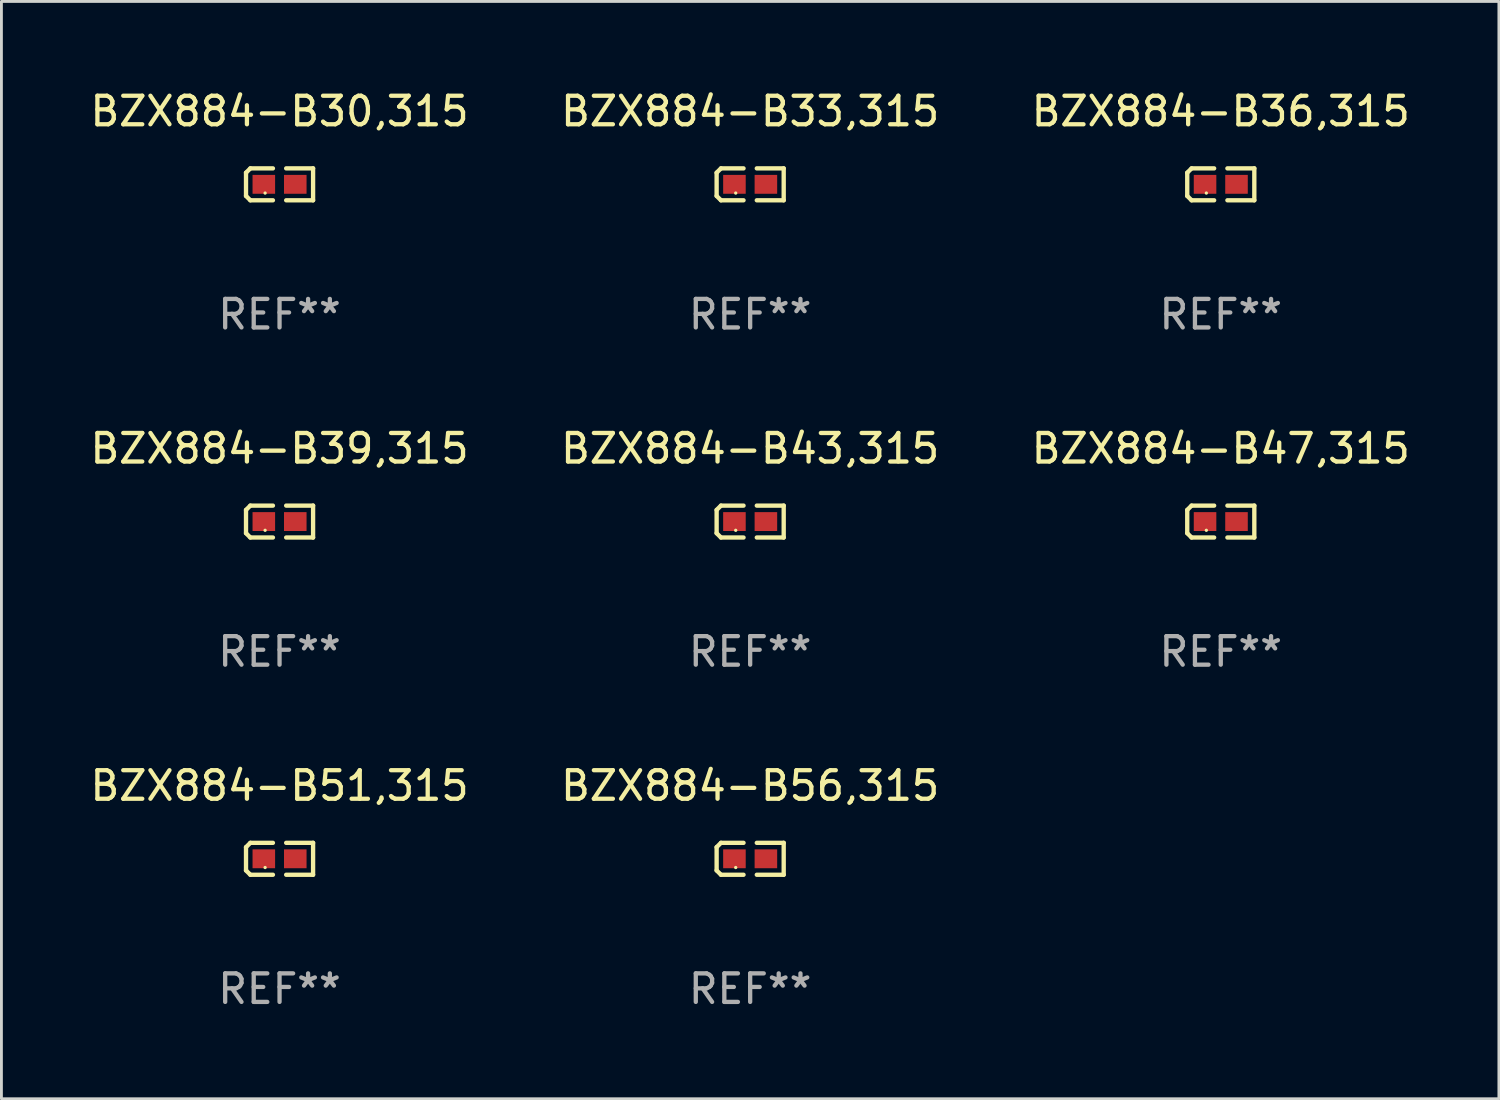
<source format=kicad_pcb>
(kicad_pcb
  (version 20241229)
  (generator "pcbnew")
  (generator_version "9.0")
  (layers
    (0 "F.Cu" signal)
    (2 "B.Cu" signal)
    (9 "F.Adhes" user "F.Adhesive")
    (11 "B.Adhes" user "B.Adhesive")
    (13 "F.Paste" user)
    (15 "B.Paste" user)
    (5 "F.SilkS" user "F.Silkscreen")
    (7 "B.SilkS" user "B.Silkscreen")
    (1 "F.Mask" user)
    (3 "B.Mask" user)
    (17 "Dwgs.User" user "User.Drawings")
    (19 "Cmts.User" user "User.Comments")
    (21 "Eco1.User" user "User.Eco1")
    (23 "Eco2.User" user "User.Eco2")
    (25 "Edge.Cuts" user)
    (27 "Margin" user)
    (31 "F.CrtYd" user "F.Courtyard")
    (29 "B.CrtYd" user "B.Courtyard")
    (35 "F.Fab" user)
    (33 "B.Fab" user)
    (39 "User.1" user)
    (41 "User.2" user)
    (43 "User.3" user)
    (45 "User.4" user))
  (footprint "BZX884-B36,315"
    (layer "F.Cu")
    (at 39.72 3.408)
    (property "Reference" "BZX884-B36,315" (at 0 -2.559 0) (layer "F.SilkS") (effects (font (size 1 1) (thickness 0.15))))
    (attr through_hole)
    (fp_line (start -1.175 -0.407) (end -1.023 -0.559) (stroke (width 0.152) (type solid)) (layer "F.SilkS"))
    (fp_line (start -1.175 0.407) (end -1.175 -0.407) (stroke (width 0.152) (type solid)) (layer "F.SilkS"))
    (fp_line (start -1.023 -0.559) (end -0.232 -0.559) (stroke (width 0.152) (type solid)) (layer "F.SilkS"))
    (fp_line (start -1.023 0.559) (end -1.175 0.407) (stroke (width 0.152) (type solid)) (layer "F.SilkS"))
    (fp_line (start -0.232 0.559) (end -1.023 0.559) (stroke (width 0.152) (type solid)) (layer "F.SilkS"))
    (fp_line (start 0.232 0.559) (end 1.175 0.559) (stroke (width 0.152) (type solid)) (layer "F.SilkS"))
    (fp_line (start 1.175 -0.559) (end 0.232 -0.559) (stroke (width 0.152) (type solid)) (layer "F.SilkS"))
    (fp_line (start 1.175 0.559) (end 1.175 -0.559) (stroke (width 0.152) (type solid)) (layer "F.SilkS"))
    (fp_circle (center -0.506 0.306) (end -0.476 0.306) (stroke (width 0.06) (type solid)) (fill no) (layer "F.SilkS"))
    (fp_text user "REF**" (at 0 4.559 0) (layer "F.Fab") (effects (font (size 1 1) (thickness 0.15))))
    (pad "1" smd rect (at -0.551 0) (size 0.79 0.661) (layers "F.Cu" "F.Mask" "F.Paste"))
    (pad "2" smd rect (at 0.551 0) (size 0.79 0.661) (layers "F.Cu" "F.Mask" "F.Paste")))
  (footprint "BZX884-B56,315"
    (layer "F.Cu")
    (at 23.232 27.038)
    (property "Reference" "BZX884-B56,315" (at 0 -2.559 0) (layer "F.SilkS") (effects (font (size 1 1) (thickness 0.15))))
    (attr through_hole)
    (fp_line (start -1.175 -0.407) (end -1.023 -0.559) (stroke (width 0.152) (type solid)) (layer "F.SilkS"))
    (fp_line (start -1.175 0.407) (end -1.175 -0.407) (stroke (width 0.152) (type solid)) (layer "F.SilkS"))
    (fp_line (start -1.023 -0.559) (end -0.232 -0.559) (stroke (width 0.152) (type solid)) (layer "F.SilkS"))
    (fp_line (start -1.023 0.559) (end -1.175 0.407) (stroke (width 0.152) (type solid)) (layer "F.SilkS"))
    (fp_line (start -0.232 0.559) (end -1.023 0.559) (stroke (width 0.152) (type solid)) (layer "F.SilkS"))
    (fp_line (start 0.232 0.559) (end 1.175 0.559) (stroke (width 0.152) (type solid)) (layer "F.SilkS"))
    (fp_line (start 1.175 -0.559) (end 0.232 -0.559) (stroke (width 0.152) (type solid)) (layer "F.SilkS"))
    (fp_line (start 1.175 0.559) (end 1.175 -0.559) (stroke (width 0.152) (type solid)) (layer "F.SilkS"))
    (fp_circle (center -0.506 0.306) (end -0.476 0.306) (stroke (width 0.06) (type solid)) (fill no) (layer "F.SilkS"))
    (fp_text user "REF**" (at 0 4.559 0) (layer "F.Fab") (effects (font (size 1 1) (thickness 0.15))))
    (pad "1" smd rect (at -0.551 0) (size 0.79 0.661) (layers "F.Cu" "F.Mask" "F.Paste"))
    (pad "2" smd rect (at 0.551 0) (size 0.79 0.661) (layers "F.Cu" "F.Mask" "F.Paste")))
  (footprint "BZX884-B33,315"
    (layer "F.Cu")
    (at 23.232 3.408)
    (property "Reference" "BZX884-B33,315" (at 0 -2.559 0) (layer "F.SilkS") (effects (font (size 1 1) (thickness 0.15))))
    (attr through_hole)
    (fp_line (start -1.175 -0.407) (end -1.023 -0.559) (stroke (width 0.152) (type solid)) (layer "F.SilkS"))
    (fp_line (start -1.175 0.407) (end -1.175 -0.407) (stroke (width 0.152) (type solid)) (layer "F.SilkS"))
    (fp_line (start -1.023 -0.559) (end -0.232 -0.559) (stroke (width 0.152) (type solid)) (layer "F.SilkS"))
    (fp_line (start -1.023 0.559) (end -1.175 0.407) (stroke (width 0.152) (type solid)) (layer "F.SilkS"))
    (fp_line (start -0.232 0.559) (end -1.023 0.559) (stroke (width 0.152) (type solid)) (layer "F.SilkS"))
    (fp_line (start 0.232 0.559) (end 1.175 0.559) (stroke (width 0.152) (type solid)) (layer "F.SilkS"))
    (fp_line (start 1.175 -0.559) (end 0.232 -0.559) (stroke (width 0.152) (type solid)) (layer "F.SilkS"))
    (fp_line (start 1.175 0.559) (end 1.175 -0.559) (stroke (width 0.152) (type solid)) (layer "F.SilkS"))
    (fp_circle (center -0.506 0.306) (end -0.476 0.306) (stroke (width 0.06) (type solid)) (fill no) (layer "F.SilkS"))
    (fp_text user "REF**" (at 0 4.559 0) (layer "F.Fab") (effects (font (size 1 1) (thickness 0.15))))
    (pad "1" smd rect (at -0.551 0) (size 0.79 0.661) (layers "F.Cu" "F.Mask" "F.Paste"))
    (pad "2" smd rect (at 0.551 0) (size 0.79 0.661) (layers "F.Cu" "F.Mask" "F.Paste")))
  (footprint "BZX884-B43,315"
    (layer "F.Cu")
    (at 23.232 15.223)
    (property "Reference" "BZX884-B43,315" (at 0 -2.559 0) (layer "F.SilkS") (effects (font (size 1 1) (thickness 0.15))))
    (attr through_hole)
    (fp_line (start -1.175 -0.407) (end -1.023 -0.559) (stroke (width 0.152) (type solid)) (layer "F.SilkS"))
    (fp_line (start -1.175 0.407) (end -1.175 -0.407) (stroke (width 0.152) (type solid)) (layer "F.SilkS"))
    (fp_line (start -1.023 -0.559) (end -0.232 -0.559) (stroke (width 0.152) (type solid)) (layer "F.SilkS"))
    (fp_line (start -1.023 0.559) (end -1.175 0.407) (stroke (width 0.152) (type solid)) (layer "F.SilkS"))
    (fp_line (start -0.232 0.559) (end -1.023 0.559) (stroke (width 0.152) (type solid)) (layer "F.SilkS"))
    (fp_line (start 0.232 0.559) (end 1.175 0.559) (stroke (width 0.152) (type solid)) (layer "F.SilkS"))
    (fp_line (start 1.175 -0.559) (end 0.232 -0.559) (stroke (width 0.152) (type solid)) (layer "F.SilkS"))
    (fp_line (start 1.175 0.559) (end 1.175 -0.559) (stroke (width 0.152) (type solid)) (layer "F.SilkS"))
    (fp_circle (center -0.506 0.306) (end -0.476 0.306) (stroke (width 0.06) (type solid)) (fill no) (layer "F.SilkS"))
    (fp_text user "REF**" (at 0 4.559 0) (layer "F.Fab") (effects (font (size 1 1) (thickness 0.15))))
    (pad "1" smd rect (at -0.551 0) (size 0.79 0.661) (layers "F.Cu" "F.Mask" "F.Paste"))
    (pad "2" smd rect (at 0.551 0) (size 0.79 0.661) (layers "F.Cu" "F.Mask" "F.Paste")))
  (footprint "BZX884-B51,315"
    (layer "F.Cu")
    (at 6.744 27.038)
    (property "Reference" "BZX884-B51,315" (at 0 -2.559 0) (layer "F.SilkS") (effects (font (size 1 1) (thickness 0.15))))
    (attr through_hole)
    (fp_line (start -1.175 -0.407) (end -1.023 -0.559) (stroke (width 0.152) (type solid)) (layer "F.SilkS"))
    (fp_line (start -1.175 0.407) (end -1.175 -0.407) (stroke (width 0.152) (type solid)) (layer "F.SilkS"))
    (fp_line (start -1.023 -0.559) (end -0.232 -0.559) (stroke (width 0.152) (type solid)) (layer "F.SilkS"))
    (fp_line (start -1.023 0.559) (end -1.175 0.407) (stroke (width 0.152) (type solid)) (layer "F.SilkS"))
    (fp_line (start -0.232 0.559) (end -1.023 0.559) (stroke (width 0.152) (type solid)) (layer "F.SilkS"))
    (fp_line (start 0.232 0.559) (end 1.175 0.559) (stroke (width 0.152) (type solid)) (layer "F.SilkS"))
    (fp_line (start 1.175 -0.559) (end 0.232 -0.559) (stroke (width 0.152) (type solid)) (layer "F.SilkS"))
    (fp_line (start 1.175 0.559) (end 1.175 -0.559) (stroke (width 0.152) (type solid)) (layer "F.SilkS"))
    (fp_circle (center -0.506 0.306) (end -0.476 0.306) (stroke (width 0.06) (type solid)) (fill no) (layer "F.SilkS"))
    (fp_text user "REF**" (at 0 4.559 0) (layer "F.Fab") (effects (font (size 1 1) (thickness 0.15))))
    (pad "1" smd rect (at -0.551 0) (size 0.79 0.661) (layers "F.Cu" "F.Mask" "F.Paste"))
    (pad "2" smd rect (at 0.551 0) (size 0.79 0.661) (layers "F.Cu" "F.Mask" "F.Paste")))
  (footprint "BZX884-B30,315"
    (layer "F.Cu")
    (at 6.744 3.408)
    (property "Reference" "BZX884-B30,315" (at 0 -2.559 0) (layer "F.SilkS") (effects (font (size 1 1) (thickness 0.15))))
    (attr through_hole)
    (fp_line (start -1.175 -0.407) (end -1.023 -0.559) (stroke (width 0.152) (type solid)) (layer "F.SilkS"))
    (fp_line (start -1.175 0.407) (end -1.175 -0.407) (stroke (width 0.152) (type solid)) (layer "F.SilkS"))
    (fp_line (start -1.023 -0.559) (end -0.232 -0.559) (stroke (width 0.152) (type solid)) (layer "F.SilkS"))
    (fp_line (start -1.023 0.559) (end -1.175 0.407) (stroke (width 0.152) (type solid)) (layer "F.SilkS"))
    (fp_line (start -0.232 0.559) (end -1.023 0.559) (stroke (width 0.152) (type solid)) (layer "F.SilkS"))
    (fp_line (start 0.232 0.559) (end 1.175 0.559) (stroke (width 0.152) (type solid)) (layer "F.SilkS"))
    (fp_line (start 1.175 -0.559) (end 0.232 -0.559) (stroke (width 0.152) (type solid)) (layer "F.SilkS"))
    (fp_line (start 1.175 0.559) (end 1.175 -0.559) (stroke (width 0.152) (type solid)) (layer "F.SilkS"))
    (fp_circle (center -0.506 0.306) (end -0.476 0.306) (stroke (width 0.06) (type solid)) (fill no) (layer "F.SilkS"))
    (fp_text user "REF**" (at 0 4.559 0) (layer "F.Fab") (effects (font (size 1 1) (thickness 0.15))))
    (pad "1" smd rect (at -0.551 0) (size 0.79 0.661) (layers "F.Cu" "F.Mask" "F.Paste"))
    (pad "2" smd rect (at 0.551 0) (size 0.79 0.661) (layers "F.Cu" "F.Mask" "F.Paste")))
  (footprint "BZX884-B47,315"
    (layer "F.Cu")
    (at 39.72 15.223)
    (property "Reference" "BZX884-B47,315" (at 0 -2.559 0) (layer "F.SilkS") (effects (font (size 1 1) (thickness 0.15))))
    (attr through_hole)
    (fp_line (start -1.175 -0.407) (end -1.023 -0.559) (stroke (width 0.152) (type solid)) (layer "F.SilkS"))
    (fp_line (start -1.175 0.407) (end -1.175 -0.407) (stroke (width 0.152) (type solid)) (layer "F.SilkS"))
    (fp_line (start -1.023 -0.559) (end -0.232 -0.559) (stroke (width 0.152) (type solid)) (layer "F.SilkS"))
    (fp_line (start -1.023 0.559) (end -1.175 0.407) (stroke (width 0.152) (type solid)) (layer "F.SilkS"))
    (fp_line (start -0.232 0.559) (end -1.023 0.559) (stroke (width 0.152) (type solid)) (layer "F.SilkS"))
    (fp_line (start 0.232 0.559) (end 1.175 0.559) (stroke (width 0.152) (type solid)) (layer "F.SilkS"))
    (fp_line (start 1.175 -0.559) (end 0.232 -0.559) (stroke (width 0.152) (type solid)) (layer "F.SilkS"))
    (fp_line (start 1.175 0.559) (end 1.175 -0.559) (stroke (width 0.152) (type solid)) (layer "F.SilkS"))
    (fp_circle (center -0.506 0.306) (end -0.476 0.306) (stroke (width 0.06) (type solid)) (fill no) (layer "F.SilkS"))
    (fp_text user "REF**" (at 0 4.559 0) (layer "F.Fab") (effects (font (size 1 1) (thickness 0.15))))
    (pad "1" smd rect (at -0.551 0) (size 0.79 0.661) (layers "F.Cu" "F.Mask" "F.Paste"))
    (pad "2" smd rect (at 0.551 0) (size 0.79 0.661) (layers "F.Cu" "F.Mask" "F.Paste")))
  (footprint "BZX884-B39,315"
    (layer "F.Cu")
    (at 6.744 15.223)
    (property "Reference" "BZX884-B39,315" (at 0 -2.559 0) (layer "F.SilkS") (effects (font (size 1 1) (thickness 0.15))))
    (attr through_hole)
    (fp_line (start -1.175 -0.407) (end -1.023 -0.559) (stroke (width 0.152) (type solid)) (layer "F.SilkS"))
    (fp_line (start -1.175 0.407) (end -1.175 -0.407) (stroke (width 0.152) (type solid)) (layer "F.SilkS"))
    (fp_line (start -1.023 -0.559) (end -0.232 -0.559) (stroke (width 0.152) (type solid)) (layer "F.SilkS"))
    (fp_line (start -1.023 0.559) (end -1.175 0.407) (stroke (width 0.152) (type solid)) (layer "F.SilkS"))
    (fp_line (start -0.232 0.559) (end -1.023 0.559) (stroke (width 0.152) (type solid)) (layer "F.SilkS"))
    (fp_line (start 0.232 0.559) (end 1.175 0.559) (stroke (width 0.152) (type solid)) (layer "F.SilkS"))
    (fp_line (start 1.175 -0.559) (end 0.232 -0.559) (stroke (width 0.152) (type solid)) (layer "F.SilkS"))
    (fp_line (start 1.175 0.559) (end 1.175 -0.559) (stroke (width 0.152) (type solid)) (layer "F.SilkS"))
    (fp_circle (center -0.506 0.306) (end -0.476 0.306) (stroke (width 0.06) (type solid)) (fill no) (layer "F.SilkS"))
    (fp_text user "REF**" (at 0 4.559 0) (layer "F.Fab") (effects (font (size 1 1) (thickness 0.15))))
    (pad "1" smd rect (at -0.551 0) (size 0.79 0.661) (layers "F.Cu" "F.Mask" "F.Paste"))
    (pad "2" smd rect (at 0.551 0) (size 0.79 0.661) (layers "F.Cu" "F.Mask" "F.Paste")))
  (gr_rect
    (start -3 -3)
    (end 49.464 35.446)
    (stroke (width 0.1) (type default))
    (fill no)
    (layer "Edge.Cuts")))
</source>
